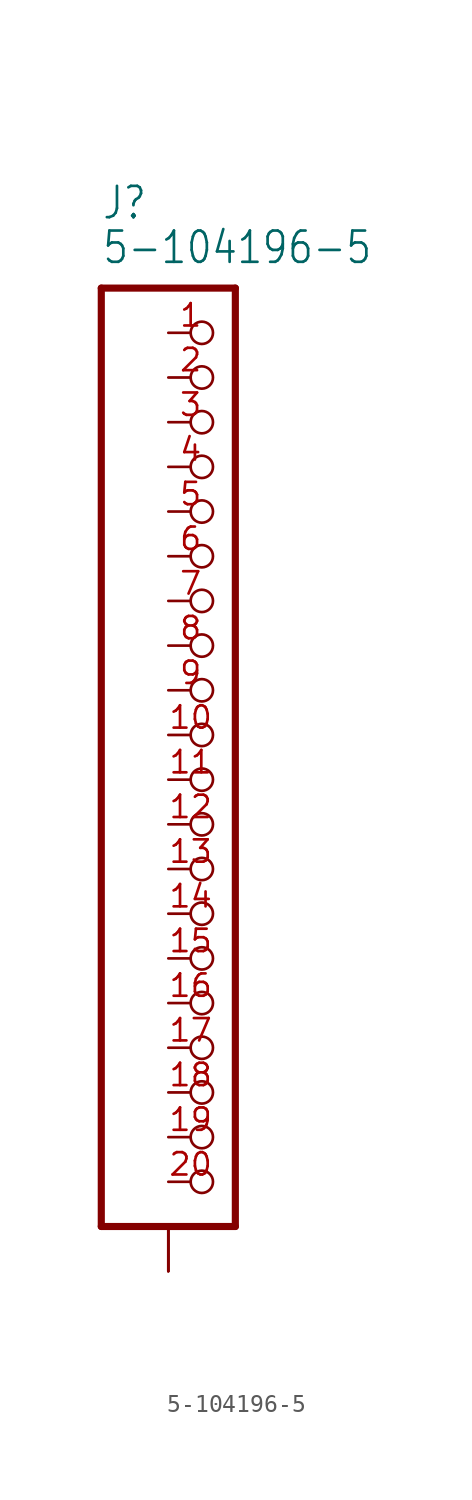
<source format=kicad_sym>
(kicad_symbol_lib
  (version 20211014)
  (generator kicad_symbol_editor)
  (symbol "5-104196-5"
    (property "Reference" "J"
      (at -6.35 29.21 0)
      (effects (font (size 1.778 1.511)) (justify left bottom)))
    (property "Value" "5-104196-5"
      (at -6.35 26.67 0)
      (effects (font (size 1.778 1.511)) (justify left bottom)))
    (property "ki_locked" ""
      (at 0 0 0)
      (effects (font (size 1.27 1.27))))
    (symbol "5-104196-5_1_0"
      (polyline (pts (xy -6.35 -27.94) (xy 1.27 -27.94)) (stroke (width 0.406) (type default) (color 0 0 0 0)) (fill (type none)))
      (polyline (pts (xy -6.35 25.4) (xy -6.35 -27.94)) (stroke (width 0.406) (type default) (color 0 0 0 0)) (fill (type none)))
      (polyline (pts (xy 1.27 -27.94) (xy 1.27 25.4)) (stroke (width 0.406) (type default) (color 0 0 0 0)) (fill (type none)))
      (polyline (pts (xy 1.27 25.4) (xy -6.35 25.4)) (stroke (width 0.406) (type default) (color 0 0 0 0)) (fill (type none)))
      (pin passive inverted (at -2.54 22.86 0) (length 2.54) (name "1" (effects (font (size 0 0)))) (number "1" (effects (font (size 1.27 1.27)))))
      (pin passive inverted (at -2.54 0 0) (length 2.54) (name "10" (effects (font (size 0 0)))) (number "10" (effects (font (size 1.27 1.27)))))
      (pin passive inverted (at -2.54 -2.54 0) (length 2.54) (name "11" (effects (font (size 0 0)))) (number "11" (effects (font (size 1.27 1.27)))))
      (pin passive inverted (at -2.54 -5.08 0) (length 2.54) (name "12" (effects (font (size 0 0)))) (number "12" (effects (font (size 1.27 1.27)))))
      (pin passive inverted (at -2.54 -7.62 0) (length 2.54) (name "13" (effects (font (size 0 0)))) (number "13" (effects (font (size 1.27 1.27)))))
      (pin passive inverted (at -2.54 -10.16 0) (length 2.54) (name "14" (effects (font (size 0 0)))) (number "14" (effects (font (size 1.27 1.27)))))
      (pin passive inverted (at -2.54 -12.7 0) (length 2.54) (name "15" (effects (font (size 0 0)))) (number "15" (effects (font (size 1.27 1.27)))))
      (pin passive inverted (at -2.54 -15.24 0) (length 2.54) (name "16" (effects (font (size 0 0)))) (number "16" (effects (font (size 1.27 1.27)))))
      (pin passive inverted (at -2.54 -17.78 0) (length 2.54) (name "17" (effects (font (size 0 0)))) (number "17" (effects (font (size 1.27 1.27)))))
      (pin passive inverted (at -2.54 -20.32 0) (length 2.54) (name "18" (effects (font (size 0 0)))) (number "18" (effects (font (size 1.27 1.27)))))
      (pin passive inverted (at -2.54 -22.86 0) (length 2.54) (name "19" (effects (font (size 0 0)))) (number "19" (effects (font (size 1.27 1.27)))))
      (pin passive inverted (at -2.54 20.32 0) (length 2.54) (name "2" (effects (font (size 0 0)))) (number "2" (effects (font (size 1.27 1.27)))))
      (pin passive inverted (at -2.54 -25.4 0) (length 2.54) (name "20" (effects (font (size 0 0)))) (number "20" (effects (font (size 1.27 1.27)))))
      (pin passive inverted (at -2.54 17.78 0) (length 2.54) (name "3" (effects (font (size 0 0)))) (number "3" (effects (font (size 1.27 1.27)))))
      (pin passive inverted (at -2.54 15.24 0) (length 2.54) (name "4" (effects (font (size 0 0)))) (number "4" (effects (font (size 1.27 1.27)))))
      (pin passive inverted (at -2.54 12.7 0) (length 2.54) (name "5" (effects (font (size 0 0)))) (number "5" (effects (font (size 1.27 1.27)))))
      (pin passive inverted (at -2.54 10.16 0) (length 2.54) (name "6" (effects (font (size 0 0)))) (number "6" (effects (font (size 1.27 1.27)))))
      (pin passive inverted (at -2.54 7.62 0) (length 2.54) (name "7" (effects (font (size 0 0)))) (number "7" (effects (font (size 1.27 1.27)))))
      (pin passive inverted (at -2.54 5.08 0) (length 2.54) (name "8" (effects (font (size 0 0)))) (number "8" (effects (font (size 1.27 1.27)))))
      (pin passive inverted (at -2.54 2.54 0) (length 2.54) (name "9" (effects (font (size 0 0)))) (number "9" (effects (font (size 1.27 1.27)))))
      (pin passive line (at -2.54 -30.48 90) (length 2.54) (name "HD" (effects (font (size 0 0)))) (number "HD1" (effects (font (size 0 0)))))
      (pin passive line (at -2.54 -30.48 90) (length 2.54) (name "HD" (effects (font (size 0 0)))) (number "HD2" (effects (font (size 0 0)))))
      (pin passive line (at -2.54 -30.48 90) (length 2.54) (name "HD" (effects (font (size 0 0)))) (number "HD3" (effects (font (size 0 0))))))))
</source>
